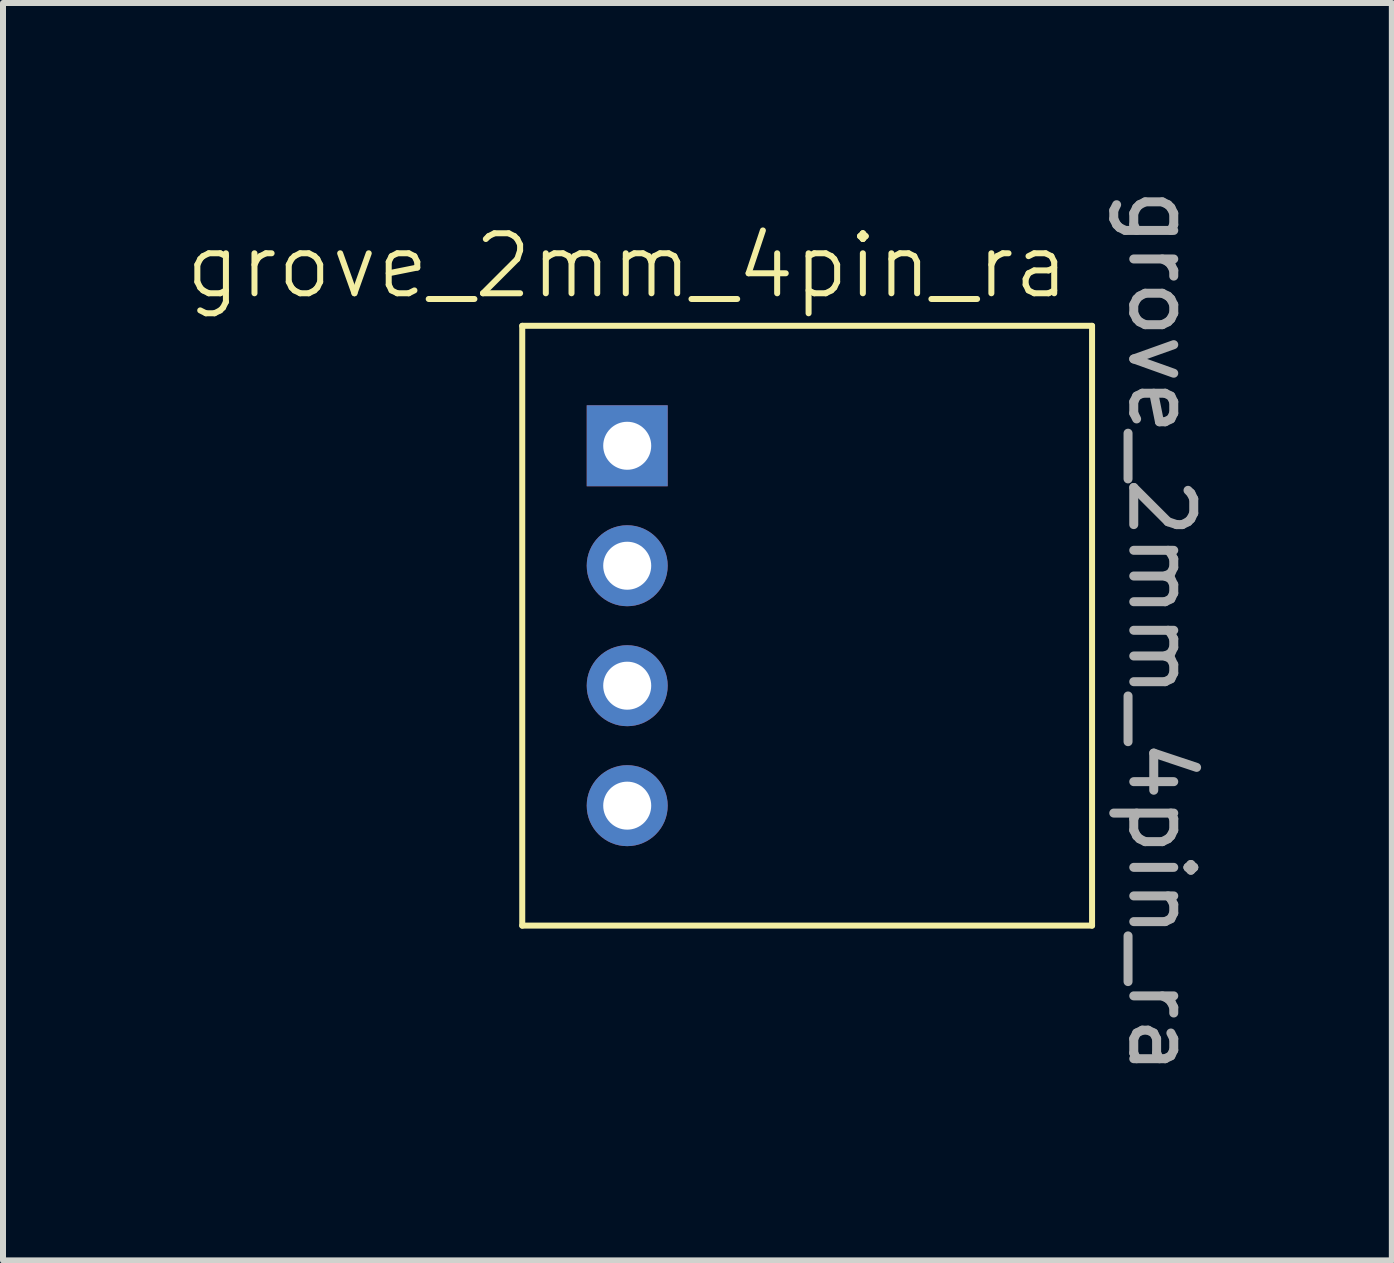
<source format=kicad_pcb>
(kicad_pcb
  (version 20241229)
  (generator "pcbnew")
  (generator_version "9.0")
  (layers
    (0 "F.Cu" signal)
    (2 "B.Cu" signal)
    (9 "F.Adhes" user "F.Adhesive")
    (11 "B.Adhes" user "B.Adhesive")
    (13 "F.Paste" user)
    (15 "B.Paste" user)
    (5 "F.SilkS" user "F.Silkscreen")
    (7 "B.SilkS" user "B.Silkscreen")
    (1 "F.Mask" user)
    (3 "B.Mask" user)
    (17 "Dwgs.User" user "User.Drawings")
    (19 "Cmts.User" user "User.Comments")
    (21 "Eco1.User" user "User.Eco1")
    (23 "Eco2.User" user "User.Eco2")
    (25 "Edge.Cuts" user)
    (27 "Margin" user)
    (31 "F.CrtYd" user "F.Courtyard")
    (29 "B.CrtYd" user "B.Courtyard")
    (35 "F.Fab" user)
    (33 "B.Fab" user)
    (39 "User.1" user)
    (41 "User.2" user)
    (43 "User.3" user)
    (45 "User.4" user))
  (footprint "grove_2mm_4pin_ra"
    (layer "F.Cu")
    (at 7.407 4.382)
    (property "Reference" "grove_2mm_4pin_ra" (at 0 -3 0) (unlocked yes) (layer "F.SilkS") (effects (font (size 1 1) (thickness 0.1))))
    (attr through_hole)
    (fp_line (start -1.75 -2) (end -1.75 8) (stroke (width 0.1) (type default)) (layer "F.SilkS"))
    (fp_line (start -1.75 -2) (end 7.75 -2) (stroke (width 0.1) (type default)) (layer "F.SilkS"))
    (fp_line (start -1.75 8) (end 7.75 8) (stroke (width 0.1) (type default)) (layer "F.SilkS"))
    (fp_line (start 7.75 -2) (end 7.75 8) (stroke (width 0.1) (type default)) (layer "F.SilkS"))
    (fp_text user "${REFERENCE}" (at 8.9 3.1 270) (unlocked yes) (layer "F.Fab") (effects (font (size 1 1) (thickness 0.15))))
    (pad "1" thru_hole rect (at 0 0) (size 1.35 1.35) (drill 0.8) (layers "*.Cu" "*.Mask"))
    (pad "2" thru_hole circle (at 0 2) (size 1.35 1.35) (drill 0.8) (layers "*.Cu" "*.Mask"))
    (pad "3" thru_hole circle (at 0 4) (size 1.35 1.35) (drill 0.8) (layers "*.Cu" "*.Mask"))
    (pad "4" thru_hole circle (at 0 6) (size 1.35 1.35) (drill 0.8) (layers "*.Cu" "*.Mask")))
  (gr_rect
    (start -3 -3)
    (end 20.155 17.964)
    (stroke (width 0.1) (type default))
    (fill no)
    (layer "Edge.Cuts")))
</source>
